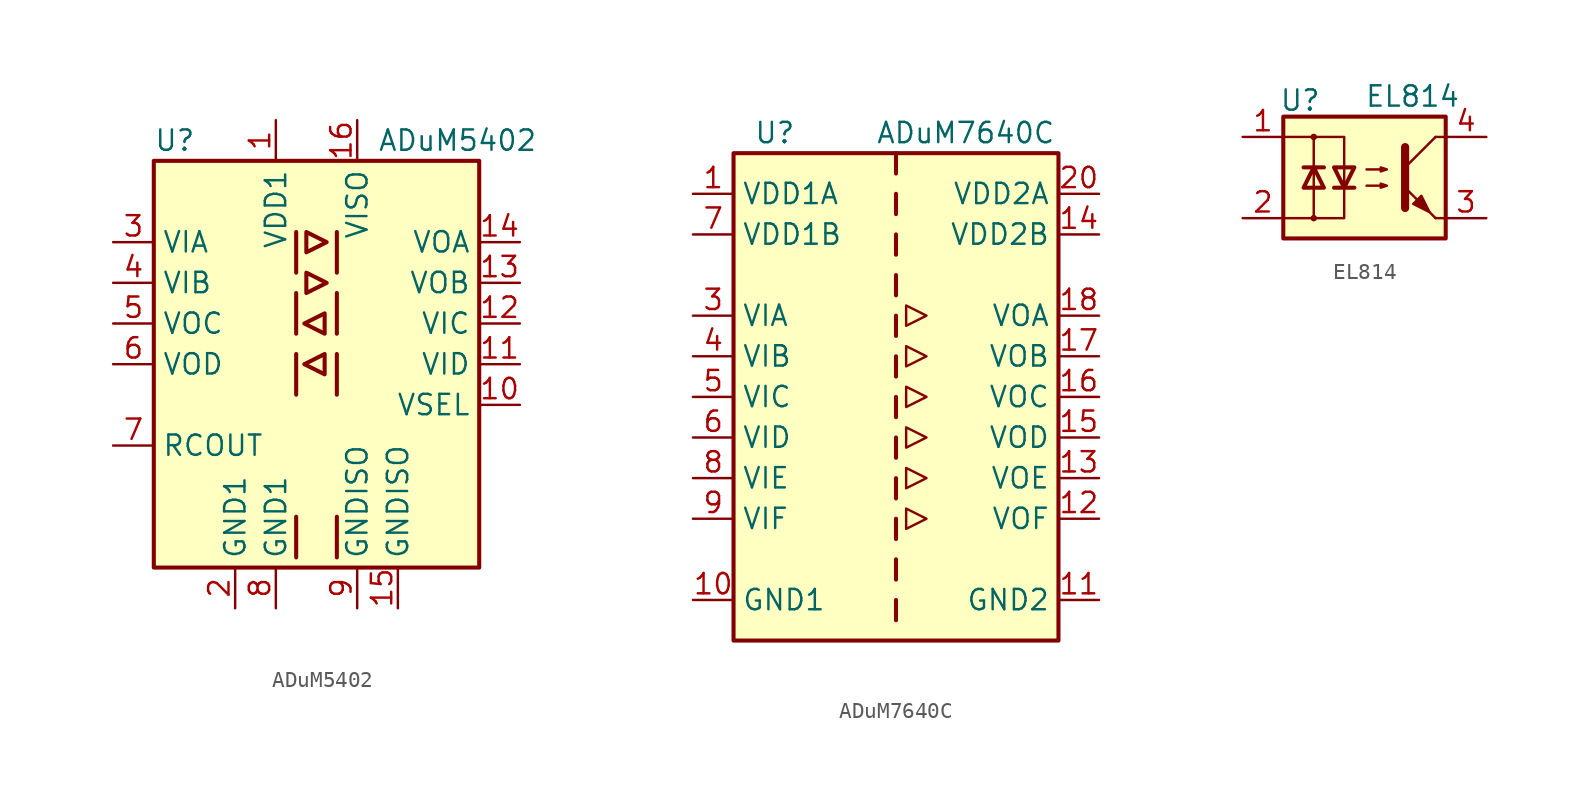
<source format=kicad_sym>
(kicad_symbol_lib
  (version 20220914)
  (generator kicad_symbol_editor)
  (symbol "ADuM5402"
    (property "Reference" "U"
      (at -10.16 13.97 0)
      (effects (font (size 1.27 1.27)) (justify left)))
    (property "Value" "ADuM5402"
      (at 3.81 13.97 0)
      (effects (font (size 1.27 1.27)) (justify left)))
    (symbol "ADuM5402_0_1"
      (rectangle (start -10.16 12.7) (end 10.16 -12.7) (stroke (width 0.254) (type default)) (fill (type background)))
      (polyline (pts (xy -1.27 -9.525) (xy -1.27 -12.065)) (stroke (width 0.254) (type default)) (fill (type none)))
      (polyline (pts (xy -1.27 0.635) (xy -1.27 -1.905)) (stroke (width 0.254) (type default)) (fill (type none)))
      (polyline (pts (xy -1.27 4.445) (xy -1.27 1.905)) (stroke (width 0.254) (type default)) (fill (type none)))
      (polyline (pts (xy -1.27 8.255) (xy -1.27 5.715)) (stroke (width 0.254) (type default)) (fill (type none)))
      (polyline (pts (xy 1.27 -9.525) (xy 1.27 -12.065)) (stroke (width 0.254) (type default)) (fill (type none)))
      (polyline (pts (xy 1.27 0.635) (xy 1.27 -1.905)) (stroke (width 0.254) (type default)) (fill (type none)))
      (polyline (pts (xy 1.27 4.445) (xy 1.27 1.905)) (stroke (width 0.254) (type default)) (fill (type none)))
      (polyline (pts (xy 1.27 8.255) (xy 1.27 5.715)) (stroke (width 0.254) (type default)) (fill (type none)))
      (polyline (pts (xy -0.635 5.715) (xy -0.635 4.445) (xy 0.635 5.08) (xy -0.635 5.715)) (stroke (width 0.254) (type default)) (fill (type none)))
      (polyline (pts (xy -0.635 6.985) (xy 0.635 7.62) (xy -0.635 8.255) (xy -0.635 6.985)) (stroke (width 0.254) (type default)) (fill (type none)))
      (polyline (pts (xy 0.508 0.635) (xy 0.508 -0.635) (xy -0.762 0) (xy 0.508 0.635)) (stroke (width 0.254) (type default)) (fill (type none)))
      (polyline (pts (xy 0.508 1.905) (xy -0.762 2.54) (xy 0.508 3.175) (xy 0.508 1.905)) (stroke (width 0.254) (type default)) (fill (type none))))
    (symbol "ADuM5402_1_1"
      (pin power_in line (at -2.54 15.24 270) (length 2.54) (name "VDD1" (effects (font (size 1.27 1.27)))) (number "1" (effects (font (size 1.27 1.27)))))
      (pin input line (at 12.7 -2.54 180) (length 2.54) (name "VSEL" (effects (font (size 1.27 1.27)))) (number "10" (effects (font (size 1.27 1.27)))))
      (pin input line (at 12.7 0 180) (length 2.54) (name "VID" (effects (font (size 1.27 1.27)))) (number "11" (effects (font (size 1.27 1.27)))))
      (pin input line (at 12.7 2.54 180) (length 2.54) (name "VIC" (effects (font (size 1.27 1.27)))) (number "12" (effects (font (size 1.27 1.27)))))
      (pin output line (at 12.7 5.08 180) (length 2.54) (name "VOB" (effects (font (size 1.27 1.27)))) (number "13" (effects (font (size 1.27 1.27)))))
      (pin output line (at 12.7 7.62 180) (length 2.54) (name "VOA" (effects (font (size 1.27 1.27)))) (number "14" (effects (font (size 1.27 1.27)))))
      (pin power_in line (at 5.08 -15.24 90) (length 2.54) (name "GNDISO" (effects (font (size 1.27 1.27)))) (number "15" (effects (font (size 1.27 1.27)))))
      (pin power_in line (at 2.54 15.24 270) (length 2.54) (name "VISO" (effects (font (size 1.27 1.27)))) (number "16" (effects (font (size 1.27 1.27)))))
      (pin power_in line (at -5.08 -15.24 90) (length 2.54) (name "GND1" (effects (font (size 1.27 1.27)))) (number "2" (effects (font (size 1.27 1.27)))))
      (pin input line (at -12.7 7.62 0) (length 2.54) (name "VIA" (effects (font (size 1.27 1.27)))) (number "3" (effects (font (size 1.27 1.27)))))
      (pin input line (at -12.7 5.08 0) (length 2.54) (name "VIB" (effects (font (size 1.27 1.27)))) (number "4" (effects (font (size 1.27 1.27)))))
      (pin output line (at -12.7 2.54 0) (length 2.54) (name "VOC" (effects (font (size 1.27 1.27)))) (number "5" (effects (font (size 1.27 1.27)))))
      (pin output line (at -12.7 0 0) (length 2.54) (name "VOD" (effects (font (size 1.27 1.27)))) (number "6" (effects (font (size 1.27 1.27)))))
      (pin output line (at -12.7 -5.08 0) (length 2.54) (name "RCOUT" (effects (font (size 1.27 1.27)))) (number "7" (effects (font (size 1.27 1.27)))))
      (pin power_in line (at -2.54 -15.24 90) (length 2.54) (name "GND1" (effects (font (size 1.27 1.27)))) (number "8" (effects (font (size 1.27 1.27)))))
      (pin power_in line (at 2.54 -15.24 90) (length 2.54) (name "GNDISO" (effects (font (size 1.27 1.27)))) (number "9" (effects (font (size 1.27 1.27)))))))
  (symbol "ADuM7640C"
    (property "Reference" "U"
      (at -8.89 16.51 0)
      (effects (font (size 1.27 1.27)) (justify left)))
    (property "Value" "ADuM7640C"
      (at -1.27 16.51 0)
      (effects (font (size 1.27 1.27)) (justify left)))
    (symbol "ADuM7640C_0_1"
      (polyline (pts (xy 0.635 -6.985) (xy 0.635 -8.255) (xy 1.905 -7.62) (xy 0.635 -6.985)) (stroke (width 0) (type default)) (fill (type none)))
      (polyline (pts (xy 0.635 3.175) (xy 0.635 1.905) (xy 1.905 2.54) (xy 0.635 3.175)) (stroke (width 0) (type default)) (fill (type none)))
      (polyline (pts (xy 0.635 5.715) (xy 0.635 4.445) (xy 1.905 5.08) (xy 0.635 5.715)) (stroke (width 0) (type default)) (fill (type none)))
      (polyline (pts (xy 1.905 -5.08) (xy 0.635 -4.445) (xy 0.635 -5.715) (xy 1.905 -5.08)) (stroke (width 0) (type default)) (fill (type none)))
      (polyline (pts (xy 1.905 -2.54) (xy 0.635 -1.905) (xy 0.635 -3.175) (xy 1.905 -2.54)) (stroke (width 0) (type default)) (fill (type none)))
      (polyline (pts (xy 1.905 0) (xy 0.635 -0.635) (xy 0.635 0.635) (xy 1.905 0)) (stroke (width 0) (type default)) (fill (type none))))
    (symbol "ADuM7640C_1_1"
      (rectangle (start -10.16 15.24) (end 10.16 -15.24) (stroke (width 0.254) (type default)) (fill (type background)))
      (polyline (pts (xy 0 -12.7) (xy 0 -13.97)) (stroke (width 0.254) (type default)) (fill (type none)))
      (polyline (pts (xy 0 -10.16) (xy 0 -11.43)) (stroke (width 0.254) (type default)) (fill (type none)))
      (polyline (pts (xy 0 -7.62) (xy 0 -8.89)) (stroke (width 0.254) (type default)) (fill (type none)))
      (polyline (pts (xy 0 -5.08) (xy 0 -6.35)) (stroke (width 0.254) (type default)) (fill (type none)))
      (polyline (pts (xy 0 -2.54) (xy 0 -3.81)) (stroke (width 0.254) (type default)) (fill (type none)))
      (polyline (pts (xy 0 0) (xy 0 -1.27)) (stroke (width 0.254) (type default)) (fill (type none)))
      (polyline (pts (xy 0 2.54) (xy 0 1.27)) (stroke (width 0.254) (type default)) (fill (type none)))
      (polyline (pts (xy 0 5.08) (xy 0 3.81)) (stroke (width 0.254) (type default)) (fill (type none)))
      (polyline (pts (xy 0 7.62) (xy 0 6.35)) (stroke (width 0.254) (type default)) (fill (type none)))
      (polyline (pts (xy 0 10.16) (xy 0 8.89)) (stroke (width 0.254) (type default)) (fill (type none)))
      (polyline (pts (xy 0 12.7) (xy 0 11.43)) (stroke (width 0.254) (type default)) (fill (type none)))
      (polyline (pts (xy 0 15.24) (xy 0 13.97)) (stroke (width 0.254) (type default)) (fill (type none)))
      (pin power_in line (at -12.7 12.7 0) (length 2.54) (name "VDD1A" (effects (font (size 1.27 1.27)))) (number "1" (effects (font (size 1.27 1.27)))))
      (pin power_in line (at -12.7 -12.7 0) (length 2.54) (name "GND1" (effects (font (size 1.27 1.27)))) (number "10" (effects (font (size 1.27 1.27)))))
      (pin power_in line (at 12.7 -12.7 180) (length 2.54) (name "GND2" (effects (font (size 1.27 1.27)))) (number "11" (effects (font (size 1.27 1.27)))))
      (pin output line (at 12.7 -7.62 180) (length 2.54) (name "VOF" (effects (font (size 1.27 1.27)))) (number "12" (effects (font (size 1.27 1.27)))))
      (pin output line (at 12.7 -5.08 180) (length 2.54) (name "VOE" (effects (font (size 1.27 1.27)))) (number "13" (effects (font (size 1.27 1.27)))))
      (pin power_in line (at 12.7 10.16 180) (length 2.54) (name "VDD2B" (effects (font (size 1.27 1.27)))) (number "14" (effects (font (size 1.27 1.27)))))
      (pin output line (at 12.7 -2.54 180) (length 2.54) (name "VOD" (effects (font (size 1.27 1.27)))) (number "15" (effects (font (size 1.27 1.27)))))
      (pin output line (at 12.7 0 180) (length 2.54) (name "VOC" (effects (font (size 1.27 1.27)))) (number "16" (effects (font (size 1.27 1.27)))))
      (pin output line (at 12.7 2.54 180) (length 2.54) (name "VOB" (effects (font (size 1.27 1.27)))) (number "17" (effects (font (size 1.27 1.27)))))
      (pin output line (at 12.7 5.08 180) (length 2.54) (name "VOA" (effects (font (size 1.27 1.27)))) (number "18" (effects (font (size 1.27 1.27)))))
      (pin passive line (at 12.7 -12.7 180) (length 2.54) hide (name "GND2" (effects (font (size 1.27 1.27)))) (number "19" (effects (font (size 1.27 1.27)))))
      (pin passive line (at -12.7 -12.7 0) (length 2.54) hide (name "GND1" (effects (font (size 1.27 1.27)))) (number "2" (effects (font (size 1.27 1.27)))))
      (pin power_in line (at 12.7 12.7 180) (length 2.54) (name "VDD2A" (effects (font (size 1.27 1.27)))) (number "20" (effects (font (size 1.27 1.27)))))
      (pin input line (at -12.7 5.08 0) (length 2.54) (name "VIA" (effects (font (size 1.27 1.27)))) (number "3" (effects (font (size 1.27 1.27)))))
      (pin input line (at -12.7 2.54 0) (length 2.54) (name "VIB" (effects (font (size 1.27 1.27)))) (number "4" (effects (font (size 1.27 1.27)))))
      (pin input line (at -12.7 0 0) (length 2.54) (name "VIC" (effects (font (size 1.27 1.27)))) (number "5" (effects (font (size 1.27 1.27)))))
      (pin input line (at -12.7 -2.54 0) (length 2.54) (name "VID" (effects (font (size 1.27 1.27)))) (number "6" (effects (font (size 1.27 1.27)))))
      (pin power_in line (at -12.7 10.16 0) (length 2.54) (name "VDD1B" (effects (font (size 1.27 1.27)))) (number "7" (effects (font (size 1.27 1.27)))))
      (pin input line (at -12.7 -5.08 0) (length 2.54) (name "VIE" (effects (font (size 1.27 1.27)))) (number "8" (effects (font (size 1.27 1.27)))))
      (pin input line (at -12.7 -7.62 0) (length 2.54) (name "VIF" (effects (font (size 1.27 1.27)))) (number "9" (effects (font (size 1.27 1.27)))))))
  (symbol "EL814"
    (pin_names
      (offset 1.016))
    (property "Reference" "U"
      (at -5.334 4.826 0)
      (effects (font (size 1.27 1.27)) (justify left)))
    (property "Value" "EL814"
      (at 0 5.08 0)
      (effects (font (size 1.27 1.27)) (justify left)))
    (symbol "EL814_0_1"
      (rectangle (start -5.08 3.81) (end 5.08 -3.81) (stroke (width 0.254) (type default)) (fill (type background)))
      (circle (center -3.175 -2.54) (radius 0.127) (stroke (width 0) (type default)) (fill (type none)))
      (circle (center -3.175 2.54) (radius 0.127) (stroke (width 0) (type default)) (fill (type none)))
      (polyline (pts (xy -3.81 0.635) (xy -2.54 0.635)) (stroke (width 0.254) (type default)) (fill (type none)))
      (polyline (pts (xy -3.175 -0.635) (xy -3.175 -2.54)) (stroke (width 0) (type default)) (fill (type none)))
      (polyline (pts (xy -3.175 0.635) (xy -3.175 -0.635)) (stroke (width 0) (type default)) (fill (type none)))
      (polyline (pts (xy -3.175 0.635) (xy -3.175 2.54)) (stroke (width 0) (type default)) (fill (type none)))
      (polyline (pts (xy -1.905 -0.635) (xy -0.635 -0.635)) (stroke (width 0.254) (type default)) (fill (type none)))
      (polyline (pts (xy -1.27 0.635) (xy -1.27 -0.635)) (stroke (width 0) (type default)) (fill (type none)))
      (polyline (pts (xy 2.54 0.635) (xy 4.445 2.54)) (stroke (width 0) (type default)) (fill (type none)))
      (polyline (pts (xy 4.445 -2.54) (xy 2.54 -0.635)) (stroke (width 0) (type default)) (fill (type outline)))
      (polyline (pts (xy 4.445 -2.54) (xy 5.08 -2.54)) (stroke (width 0) (type default)) (fill (type none)))
      (polyline (pts (xy 4.445 2.54) (xy 5.08 2.54)) (stroke (width 0) (type default)) (fill (type none)))
      (polyline (pts (xy -5.08 2.54) (xy -1.27 2.54) (xy -1.27 0.635)) (stroke (width 0) (type default)) (fill (type none)))
      (polyline (pts (xy -1.27 -0.635) (xy -1.27 -2.54) (xy -5.08 -2.54)) (stroke (width 0) (type default)) (fill (type none)))
      (polyline (pts (xy 2.54 1.905) (xy 2.54 -1.905) (xy 2.54 -1.905)) (stroke (width 0.508) (type default)) (fill (type none)))
      (polyline (pts (xy -3.175 0.635) (xy -3.81 -0.635) (xy -2.54 -0.635) (xy -3.175 0.635)) (stroke (width 0.254) (type default)) (fill (type none)))
      (polyline (pts (xy -1.27 -0.635) (xy -1.905 0.635) (xy -0.635 0.635) (xy -1.27 -0.635)) (stroke (width 0.254) (type default)) (fill (type none)))
      (polyline (pts (xy 0.127 -0.508) (xy 1.397 -0.508) (xy 1.016 -0.635) (xy 1.016 -0.381) (xy 1.397 -0.508)) (stroke (width 0) (type default)) (fill (type none)))
      (polyline (pts (xy 0.127 0.508) (xy 1.397 0.508) (xy 1.016 0.381) (xy 1.016 0.635) (xy 1.397 0.508)) (stroke (width 0) (type default)) (fill (type none)))
      (polyline (pts (xy 3.048 -1.651) (xy 3.556 -1.143) (xy 4.064 -2.159) (xy 3.048 -1.651) (xy 3.048 -1.651)) (stroke (width 0) (type default)) (fill (type outline))))
    (symbol "EL814_1_1"
      (pin passive line (at -7.62 2.54 0) (length 2.54) (name "~" (effects (font (size 1.27 1.27)))) (number "1" (effects (font (size 1.27 1.27)))))
      (pin passive line (at -7.62 -2.54 0) (length 2.54) (name "~" (effects (font (size 1.27 1.27)))) (number "2" (effects (font (size 1.27 1.27)))))
      (pin passive line (at 7.62 -2.54 180) (length 2.54) (name "~" (effects (font (size 1.27 1.27)))) (number "3" (effects (font (size 1.27 1.27)))))
      (pin passive line (at 7.62 2.54 180) (length 2.54) (name "~" (effects (font (size 1.27 1.27)))) (number "4" (effects (font (size 1.27 1.27))))))))
</source>
